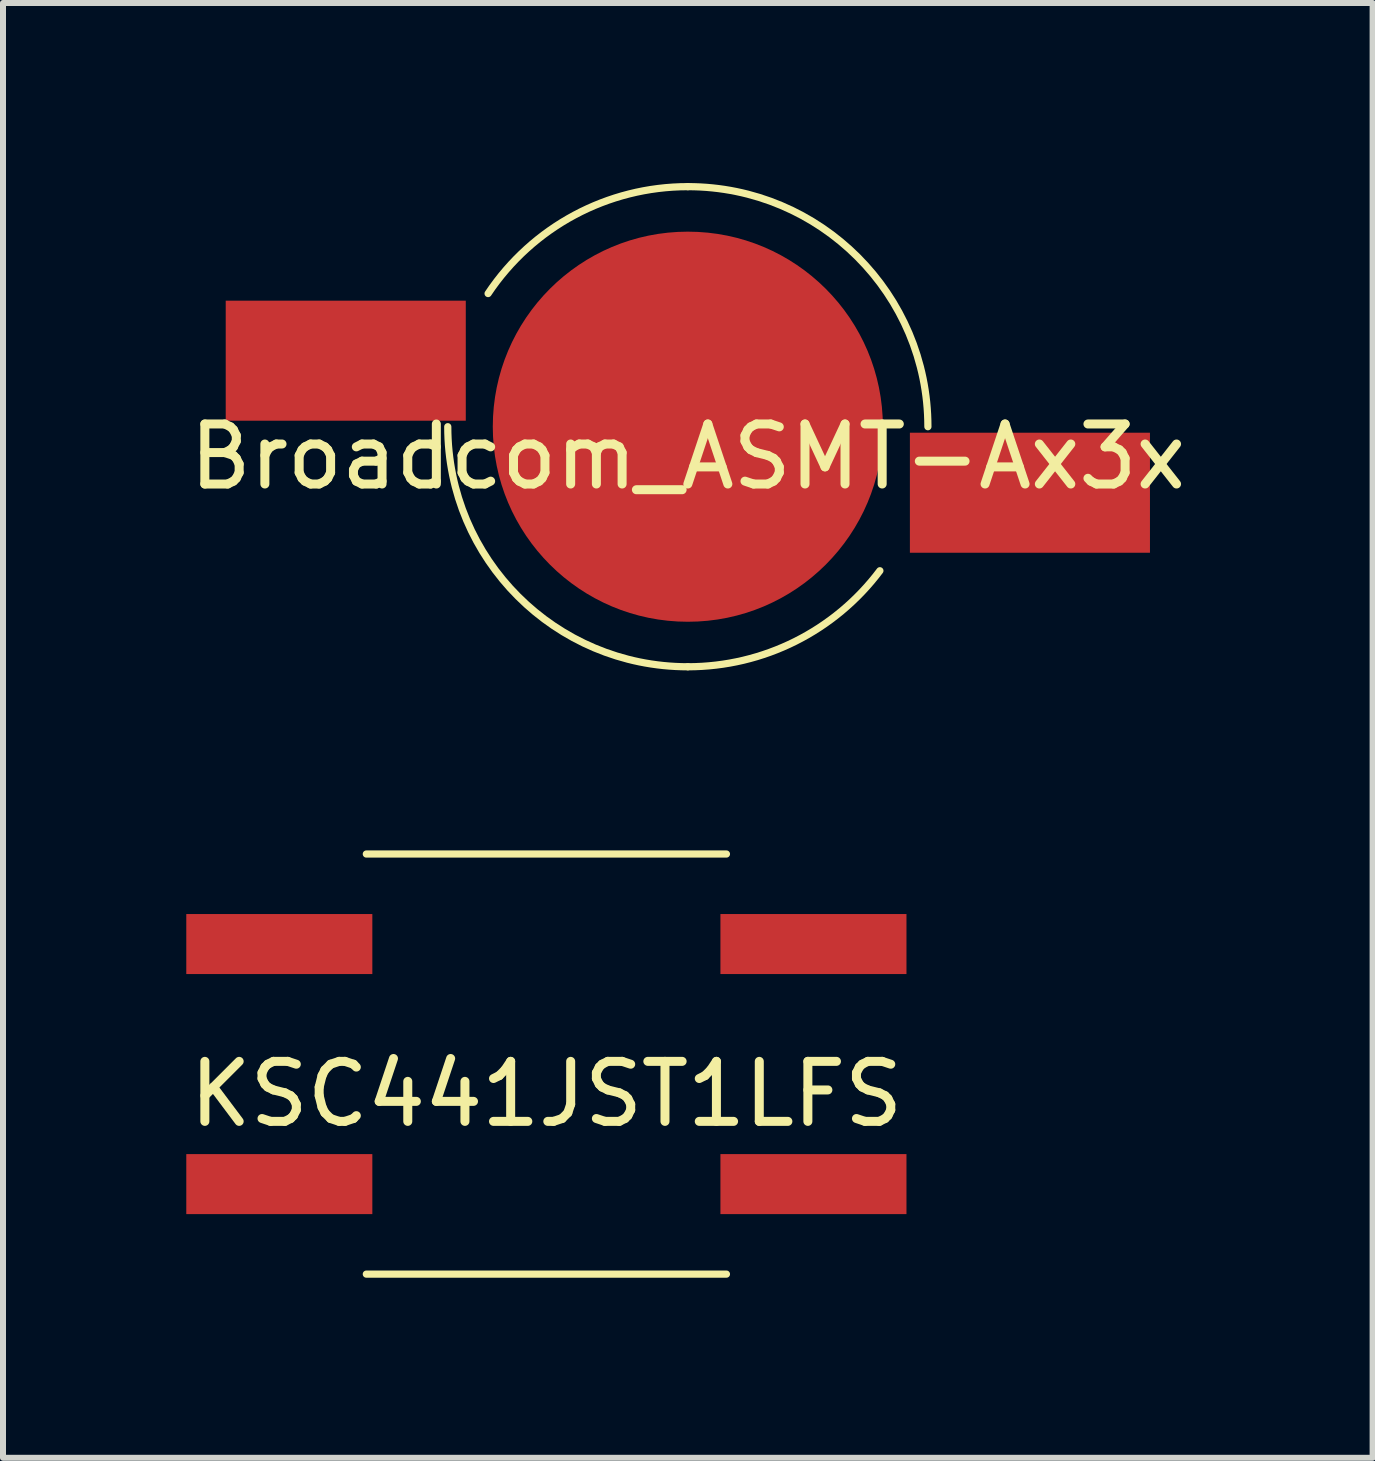
<source format=kicad_pcb>
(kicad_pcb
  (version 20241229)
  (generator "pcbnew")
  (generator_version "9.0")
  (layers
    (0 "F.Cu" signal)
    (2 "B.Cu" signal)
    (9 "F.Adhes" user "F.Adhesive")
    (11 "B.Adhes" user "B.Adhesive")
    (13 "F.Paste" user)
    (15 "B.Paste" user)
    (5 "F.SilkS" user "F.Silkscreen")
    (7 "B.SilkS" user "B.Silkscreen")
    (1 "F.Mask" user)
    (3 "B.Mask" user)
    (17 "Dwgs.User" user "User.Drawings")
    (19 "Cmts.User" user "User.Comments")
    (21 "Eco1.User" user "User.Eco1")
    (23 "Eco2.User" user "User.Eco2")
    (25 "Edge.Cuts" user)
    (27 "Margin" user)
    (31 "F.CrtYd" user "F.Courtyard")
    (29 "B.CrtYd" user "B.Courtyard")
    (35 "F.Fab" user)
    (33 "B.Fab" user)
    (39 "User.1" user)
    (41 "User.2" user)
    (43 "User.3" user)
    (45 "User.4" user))
  (footprint "Broadcom_ASMT-Ax3x"
    (layer "F.Cu")
    (at 8.411 4.06)
    (property "Reference" "Broadcom_ASMT-Ax3x" (at 0 0.5 0) (layer "F.SilkS") (effects (font (size 1 1) (thickness 0.15))))
    (attr through_hole)
    (fp_arc (start -3.328201 -2.218801) (mid -1.887432 -3.526698) (end 0 -4) (stroke (width 0.12) (type solid)) (layer "F.SilkS"))
    (fp_arc (start 0 -4) (mid 2.828427 -2.828427) (end 4 0) (stroke (width 0.12) (type solid)) (layer "F.SilkS"))
    (fp_arc (start 0 4) (mid -2.828427 2.828427) (end -4 0) (stroke (width 0.12) (type solid)) (layer "F.SilkS"))
    (fp_arc (start 3.2 2.4) (mid 1.788854 3.577709) (end 0 4) (stroke (width 0.12) (type solid)) (layer "F.SilkS"))
    (pad "1" smd rect (at -5.7 -1.1) (size 4 2) (layers "F.Cu" "F.Mask" "F.Paste"))
    (pad "2" smd circle (at 0 0) (size 6.5 6.5) (layers "F.Cu" "F.Mask" "F.Paste"))
    (pad "2" smd rect (at 5.7 1.1) (size 4 2) (layers "F.Cu" "F.Mask" "F.Paste")))
  (footprint "KSC441JST1LFS"
    (layer "F.Cu")
    (at 6.054 14.68)
    (property "Reference" "KSC441JST1LFS" (at 0 0.5 0) (layer "F.SilkS") (effects (font (size 1 1) (thickness 0.15))))
    (attr through_hole)
    (fp_line (start -3 -3.5) (end 3 -3.5) (stroke (width 0.12) (type solid)) (layer "F.SilkS"))
    (fp_line (start 3 3.5) (end -3 3.5) (stroke (width 0.12) (type solid)) (layer "F.SilkS"))
    (pad "1" smd rect (at -4.45 -2) (size 3.1 1) (layers "F.Cu" "F.Mask" "F.Paste"))
    (pad "2" smd rect (at -4.45 2) (size 3.1 1) (layers "F.Cu" "F.Mask" "F.Paste"))
    (pad "3" smd rect (at 4.45 -2) (size 3.1 1) (layers "F.Cu" "F.Mask" "F.Paste"))
    (pad "4" smd rect (at 4.45 2) (size 3.1 1) (layers "F.Cu" "F.Mask" "F.Paste")))
  (gr_rect
    (start -3 -3)
    (end 19.821 21.24)
    (stroke (width 0.1) (type default))
    (fill no)
    (layer "Edge.Cuts")))
</source>
